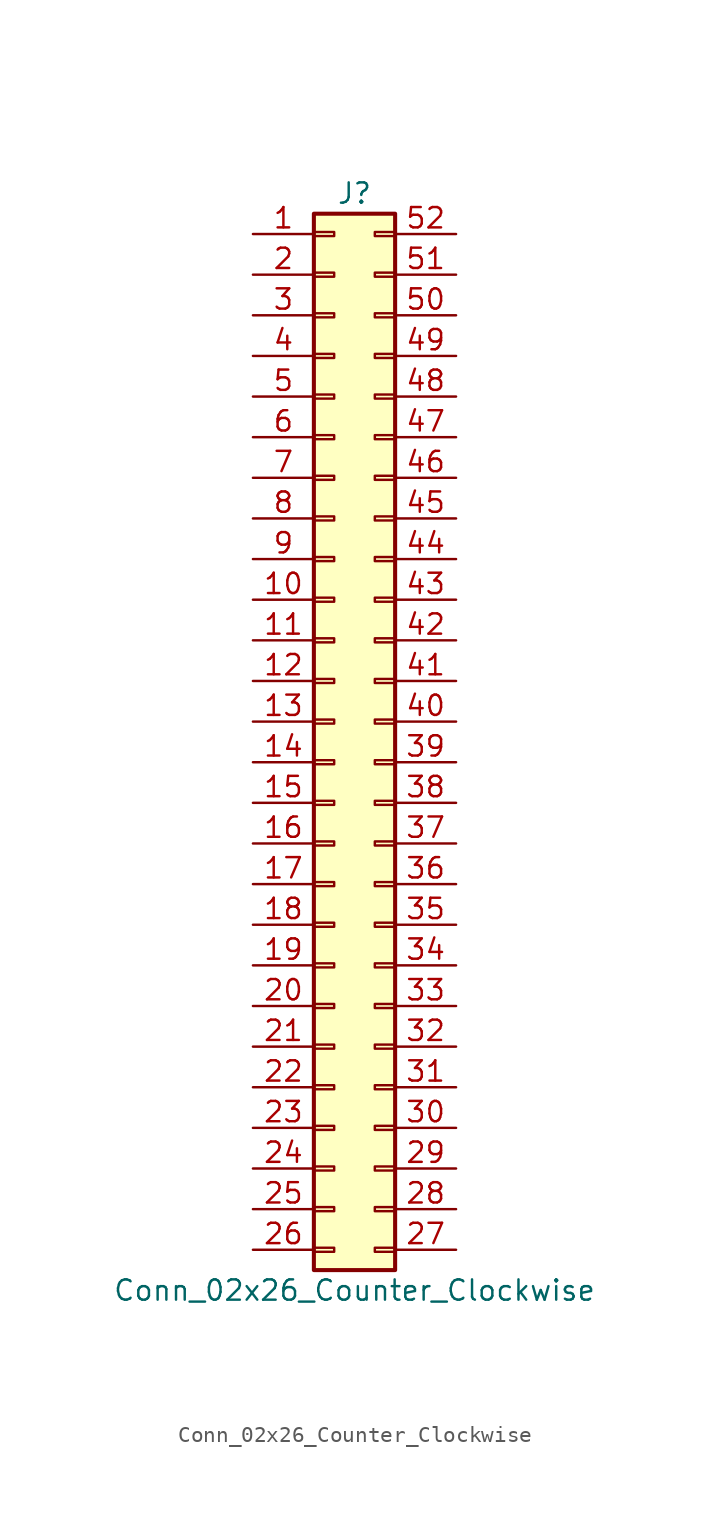
<source format=kicad_sym>
(kicad_symbol_lib
  (version 20220914)
  (generator kicad_symbol_editor)
  (symbol "Conn_02x26_Counter_Clockwise"
    (pin_names
      (offset 1.016) hide)
    (property "Reference" "J"
      (at 1.27 33.02 0)
      (effects (font (size 1.27 1.27))))
    (property "Value" "Conn_02x26_Counter_Clockwise"
      (at 1.27 -35.56 0)
      (effects (font (size 1.27 1.27))))
    (symbol "Conn_02x26_Counter_Clockwise_1_1"
      (rectangle (start -1.27 -32.893) (end 0 -33.147) (stroke (width 0.152) (type solid)) (fill (type none)))
      (rectangle (start -1.27 -30.353) (end 0 -30.607) (stroke (width 0.152) (type solid)) (fill (type none)))
      (rectangle (start -1.27 -27.813) (end 0 -28.067) (stroke (width 0.152) (type solid)) (fill (type none)))
      (rectangle (start -1.27 -25.273) (end 0 -25.527) (stroke (width 0.152) (type solid)) (fill (type none)))
      (rectangle (start -1.27 -22.733) (end 0 -22.987) (stroke (width 0.152) (type solid)) (fill (type none)))
      (rectangle (start -1.27 -20.193) (end 0 -20.447) (stroke (width 0.152) (type solid)) (fill (type none)))
      (rectangle (start -1.27 -17.653) (end 0 -17.907) (stroke (width 0.152) (type solid)) (fill (type none)))
      (rectangle (start -1.27 -15.113) (end 0 -15.367) (stroke (width 0.152) (type solid)) (fill (type none)))
      (rectangle (start -1.27 -12.573) (end 0 -12.827) (stroke (width 0.152) (type solid)) (fill (type none)))
      (rectangle (start -1.27 -10.033) (end 0 -10.287) (stroke (width 0.152) (type solid)) (fill (type none)))
      (rectangle (start -1.27 -7.493) (end 0 -7.747) (stroke (width 0.152) (type solid)) (fill (type none)))
      (rectangle (start -1.27 -4.953) (end 0 -5.207) (stroke (width 0.152) (type solid)) (fill (type none)))
      (rectangle (start -1.27 -2.413) (end 0 -2.667) (stroke (width 0.152) (type solid)) (fill (type none)))
      (rectangle (start -1.27 0.127) (end 0 -0.127) (stroke (width 0.152) (type solid)) (fill (type none)))
      (rectangle (start -1.27 2.667) (end 0 2.413) (stroke (width 0.152) (type solid)) (fill (type none)))
      (rectangle (start -1.27 5.207) (end 0 4.953) (stroke (width 0.152) (type solid)) (fill (type none)))
      (rectangle (start -1.27 7.747) (end 0 7.493) (stroke (width 0.152) (type solid)) (fill (type none)))
      (rectangle (start -1.27 10.287) (end 0 10.033) (stroke (width 0.152) (type solid)) (fill (type none)))
      (rectangle (start -1.27 12.827) (end 0 12.573) (stroke (width 0.152) (type solid)) (fill (type none)))
      (rectangle (start -1.27 15.367) (end 0 15.113) (stroke (width 0.152) (type solid)) (fill (type none)))
      (rectangle (start -1.27 17.907) (end 0 17.653) (stroke (width 0.152) (type solid)) (fill (type none)))
      (rectangle (start -1.27 20.447) (end 0 20.193) (stroke (width 0.152) (type solid)) (fill (type none)))
      (rectangle (start -1.27 22.987) (end 0 22.733) (stroke (width 0.152) (type solid)) (fill (type none)))
      (rectangle (start -1.27 25.527) (end 0 25.273) (stroke (width 0.152) (type solid)) (fill (type none)))
      (rectangle (start -1.27 28.067) (end 0 27.813) (stroke (width 0.152) (type solid)) (fill (type none)))
      (rectangle (start -1.27 30.607) (end 0 30.353) (stroke (width 0.152) (type solid)) (fill (type none)))
      (rectangle (start -1.27 31.75) (end 3.81 -34.29) (stroke (width 0.254) (type solid)) (fill (type background)))
      (rectangle (start 3.81 -32.893) (end 2.54 -33.147) (stroke (width 0.152) (type solid)) (fill (type none)))
      (rectangle (start 3.81 -30.353) (end 2.54 -30.607) (stroke (width 0.152) (type solid)) (fill (type none)))
      (rectangle (start 3.81 -27.813) (end 2.54 -28.067) (stroke (width 0.152) (type solid)) (fill (type none)))
      (rectangle (start 3.81 -25.273) (end 2.54 -25.527) (stroke (width 0.152) (type solid)) (fill (type none)))
      (rectangle (start 3.81 -22.733) (end 2.54 -22.987) (stroke (width 0.152) (type solid)) (fill (type none)))
      (rectangle (start 3.81 -20.193) (end 2.54 -20.447) (stroke (width 0.152) (type solid)) (fill (type none)))
      (rectangle (start 3.81 -17.653) (end 2.54 -17.907) (stroke (width 0.152) (type solid)) (fill (type none)))
      (rectangle (start 3.81 -15.113) (end 2.54 -15.367) (stroke (width 0.152) (type solid)) (fill (type none)))
      (rectangle (start 3.81 -12.573) (end 2.54 -12.827) (stroke (width 0.152) (type solid)) (fill (type none)))
      (rectangle (start 3.81 -10.033) (end 2.54 -10.287) (stroke (width 0.152) (type solid)) (fill (type none)))
      (rectangle (start 3.81 -7.493) (end 2.54 -7.747) (stroke (width 0.152) (type solid)) (fill (type none)))
      (rectangle (start 3.81 -4.953) (end 2.54 -5.207) (stroke (width 0.152) (type solid)) (fill (type none)))
      (rectangle (start 3.81 -2.413) (end 2.54 -2.667) (stroke (width 0.152) (type solid)) (fill (type none)))
      (rectangle (start 3.81 0.127) (end 2.54 -0.127) (stroke (width 0.152) (type solid)) (fill (type none)))
      (rectangle (start 3.81 2.667) (end 2.54 2.413) (stroke (width 0.152) (type solid)) (fill (type none)))
      (rectangle (start 3.81 5.207) (end 2.54 4.953) (stroke (width 0.152) (type solid)) (fill (type none)))
      (rectangle (start 3.81 7.747) (end 2.54 7.493) (stroke (width 0.152) (type solid)) (fill (type none)))
      (rectangle (start 3.81 10.287) (end 2.54 10.033) (stroke (width 0.152) (type solid)) (fill (type none)))
      (rectangle (start 3.81 12.827) (end 2.54 12.573) (stroke (width 0.152) (type solid)) (fill (type none)))
      (rectangle (start 3.81 15.367) (end 2.54 15.113) (stroke (width 0.152) (type solid)) (fill (type none)))
      (rectangle (start 3.81 17.907) (end 2.54 17.653) (stroke (width 0.152) (type solid)) (fill (type none)))
      (rectangle (start 3.81 20.447) (end 2.54 20.193) (stroke (width 0.152) (type solid)) (fill (type none)))
      (rectangle (start 3.81 22.987) (end 2.54 22.733) (stroke (width 0.152) (type solid)) (fill (type none)))
      (rectangle (start 3.81 25.527) (end 2.54 25.273) (stroke (width 0.152) (type solid)) (fill (type none)))
      (rectangle (start 3.81 28.067) (end 2.54 27.813) (stroke (width 0.152) (type solid)) (fill (type none)))
      (rectangle (start 3.81 30.607) (end 2.54 30.353) (stroke (width 0.152) (type solid)) (fill (type none)))
      (pin passive line (at -5.08 30.48 0) (length 3.81) (name "Pin_1" (effects (font (size 1.27 1.27)))) (number "1" (effects (font (size 1.27 1.27)))))
      (pin passive line (at -5.08 7.62 0) (length 3.81) (name "Pin_10" (effects (font (size 1.27 1.27)))) (number "10" (effects (font (size 1.27 1.27)))))
      (pin passive line (at -5.08 5.08 0) (length 3.81) (name "Pin_11" (effects (font (size 1.27 1.27)))) (number "11" (effects (font (size 1.27 1.27)))))
      (pin passive line (at -5.08 2.54 0) (length 3.81) (name "Pin_12" (effects (font (size 1.27 1.27)))) (number "12" (effects (font (size 1.27 1.27)))))
      (pin passive line (at -5.08 0 0) (length 3.81) (name "Pin_13" (effects (font (size 1.27 1.27)))) (number "13" (effects (font (size 1.27 1.27)))))
      (pin passive line (at -5.08 -2.54 0) (length 3.81) (name "Pin_14" (effects (font (size 1.27 1.27)))) (number "14" (effects (font (size 1.27 1.27)))))
      (pin passive line (at -5.08 -5.08 0) (length 3.81) (name "Pin_15" (effects (font (size 1.27 1.27)))) (number "15" (effects (font (size 1.27 1.27)))))
      (pin passive line (at -5.08 -7.62 0) (length 3.81) (name "Pin_16" (effects (font (size 1.27 1.27)))) (number "16" (effects (font (size 1.27 1.27)))))
      (pin passive line (at -5.08 -10.16 0) (length 3.81) (name "Pin_17" (effects (font (size 1.27 1.27)))) (number "17" (effects (font (size 1.27 1.27)))))
      (pin passive line (at -5.08 -12.7 0) (length 3.81) (name "Pin_18" (effects (font (size 1.27 1.27)))) (number "18" (effects (font (size 1.27 1.27)))))
      (pin passive line (at -5.08 -15.24 0) (length 3.81) (name "Pin_19" (effects (font (size 1.27 1.27)))) (number "19" (effects (font (size 1.27 1.27)))))
      (pin passive line (at -5.08 27.94 0) (length 3.81) (name "Pin_2" (effects (font (size 1.27 1.27)))) (number "2" (effects (font (size 1.27 1.27)))))
      (pin passive line (at -5.08 -17.78 0) (length 3.81) (name "Pin_20" (effects (font (size 1.27 1.27)))) (number "20" (effects (font (size 1.27 1.27)))))
      (pin passive line (at -5.08 -20.32 0) (length 3.81) (name "Pin_21" (effects (font (size 1.27 1.27)))) (number "21" (effects (font (size 1.27 1.27)))))
      (pin passive line (at -5.08 -22.86 0) (length 3.81) (name "Pin_22" (effects (font (size 1.27 1.27)))) (number "22" (effects (font (size 1.27 1.27)))))
      (pin passive line (at -5.08 -25.4 0) (length 3.81) (name "Pin_23" (effects (font (size 1.27 1.27)))) (number "23" (effects (font (size 1.27 1.27)))))
      (pin passive line (at -5.08 -27.94 0) (length 3.81) (name "Pin_24" (effects (font (size 1.27 1.27)))) (number "24" (effects (font (size 1.27 1.27)))))
      (pin passive line (at -5.08 -30.48 0) (length 3.81) (name "Pin_25" (effects (font (size 1.27 1.27)))) (number "25" (effects (font (size 1.27 1.27)))))
      (pin passive line (at -5.08 -33.02 0) (length 3.81) (name "Pin_26" (effects (font (size 1.27 1.27)))) (number "26" (effects (font (size 1.27 1.27)))))
      (pin passive line (at 7.62 -33.02 180) (length 3.81) (name "Pin_27" (effects (font (size 1.27 1.27)))) (number "27" (effects (font (size 1.27 1.27)))))
      (pin passive line (at 7.62 -30.48 180) (length 3.81) (name "Pin_28" (effects (font (size 1.27 1.27)))) (number "28" (effects (font (size 1.27 1.27)))))
      (pin passive line (at 7.62 -27.94 180) (length 3.81) (name "Pin_29" (effects (font (size 1.27 1.27)))) (number "29" (effects (font (size 1.27 1.27)))))
      (pin passive line (at -5.08 25.4 0) (length 3.81) (name "Pin_3" (effects (font (size 1.27 1.27)))) (number "3" (effects (font (size 1.27 1.27)))))
      (pin passive line (at 7.62 -25.4 180) (length 3.81) (name "Pin_30" (effects (font (size 1.27 1.27)))) (number "30" (effects (font (size 1.27 1.27)))))
      (pin passive line (at 7.62 -22.86 180) (length 3.81) (name "Pin_31" (effects (font (size 1.27 1.27)))) (number "31" (effects (font (size 1.27 1.27)))))
      (pin passive line (at 7.62 -20.32 180) (length 3.81) (name "Pin_32" (effects (font (size 1.27 1.27)))) (number "32" (effects (font (size 1.27 1.27)))))
      (pin passive line (at 7.62 -17.78 180) (length 3.81) (name "Pin_33" (effects (font (size 1.27 1.27)))) (number "33" (effects (font (size 1.27 1.27)))))
      (pin passive line (at 7.62 -15.24 180) (length 3.81) (name "Pin_34" (effects (font (size 1.27 1.27)))) (number "34" (effects (font (size 1.27 1.27)))))
      (pin passive line (at 7.62 -12.7 180) (length 3.81) (name "Pin_35" (effects (font (size 1.27 1.27)))) (number "35" (effects (font (size 1.27 1.27)))))
      (pin passive line (at 7.62 -10.16 180) (length 3.81) (name "Pin_36" (effects (font (size 1.27 1.27)))) (number "36" (effects (font (size 1.27 1.27)))))
      (pin passive line (at 7.62 -7.62 180) (length 3.81) (name "Pin_37" (effects (font (size 1.27 1.27)))) (number "37" (effects (font (size 1.27 1.27)))))
      (pin passive line (at 7.62 -5.08 180) (length 3.81) (name "Pin_38" (effects (font (size 1.27 1.27)))) (number "38" (effects (font (size 1.27 1.27)))))
      (pin passive line (at 7.62 -2.54 180) (length 3.81) (name "Pin_39" (effects (font (size 1.27 1.27)))) (number "39" (effects (font (size 1.27 1.27)))))
      (pin passive line (at -5.08 22.86 0) (length 3.81) (name "Pin_4" (effects (font (size 1.27 1.27)))) (number "4" (effects (font (size 1.27 1.27)))))
      (pin passive line (at 7.62 0 180) (length 3.81) (name "Pin_40" (effects (font (size 1.27 1.27)))) (number "40" (effects (font (size 1.27 1.27)))))
      (pin passive line (at 7.62 2.54 180) (length 3.81) (name "Pin_41" (effects (font (size 1.27 1.27)))) (number "41" (effects (font (size 1.27 1.27)))))
      (pin passive line (at 7.62 5.08 180) (length 3.81) (name "Pin_42" (effects (font (size 1.27 1.27)))) (number "42" (effects (font (size 1.27 1.27)))))
      (pin passive line (at 7.62 7.62 180) (length 3.81) (name "Pin_43" (effects (font (size 1.27 1.27)))) (number "43" (effects (font (size 1.27 1.27)))))
      (pin passive line (at 7.62 10.16 180) (length 3.81) (name "Pin_44" (effects (font (size 1.27 1.27)))) (number "44" (effects (font (size 1.27 1.27)))))
      (pin passive line (at 7.62 12.7 180) (length 3.81) (name "Pin_45" (effects (font (size 1.27 1.27)))) (number "45" (effects (font (size 1.27 1.27)))))
      (pin passive line (at 7.62 15.24 180) (length 3.81) (name "Pin_46" (effects (font (size 1.27 1.27)))) (number "46" (effects (font (size 1.27 1.27)))))
      (pin passive line (at 7.62 17.78 180) (length 3.81) (name "Pin_47" (effects (font (size 1.27 1.27)))) (number "47" (effects (font (size 1.27 1.27)))))
      (pin passive line (at 7.62 20.32 180) (length 3.81) (name "Pin_48" (effects (font (size 1.27 1.27)))) (number "48" (effects (font (size 1.27 1.27)))))
      (pin passive line (at 7.62 22.86 180) (length 3.81) (name "Pin_49" (effects (font (size 1.27 1.27)))) (number "49" (effects (font (size 1.27 1.27)))))
      (pin passive line (at -5.08 20.32 0) (length 3.81) (name "Pin_5" (effects (font (size 1.27 1.27)))) (number "5" (effects (font (size 1.27 1.27)))))
      (pin passive line (at 7.62 25.4 180) (length 3.81) (name "Pin_50" (effects (font (size 1.27 1.27)))) (number "50" (effects (font (size 1.27 1.27)))))
      (pin passive line (at 7.62 27.94 180) (length 3.81) (name "Pin_51" (effects (font (size 1.27 1.27)))) (number "51" (effects (font (size 1.27 1.27)))))
      (pin passive line (at 7.62 30.48 180) (length 3.81) (name "Pin_52" (effects (font (size 1.27 1.27)))) (number "52" (effects (font (size 1.27 1.27)))))
      (pin passive line (at -5.08 17.78 0) (length 3.81) (name "Pin_6" (effects (font (size 1.27 1.27)))) (number "6" (effects (font (size 1.27 1.27)))))
      (pin passive line (at -5.08 15.24 0) (length 3.81) (name "Pin_7" (effects (font (size 1.27 1.27)))) (number "7" (effects (font (size 1.27 1.27)))))
      (pin passive line (at -5.08 12.7 0) (length 3.81) (name "Pin_8" (effects (font (size 1.27 1.27)))) (number "8" (effects (font (size 1.27 1.27)))))
      (pin passive line (at -5.08 10.16 0) (length 3.81) (name "Pin_9" (effects (font (size 1.27 1.27)))) (number "9" (effects (font (size 1.27 1.27))))))))
</source>
